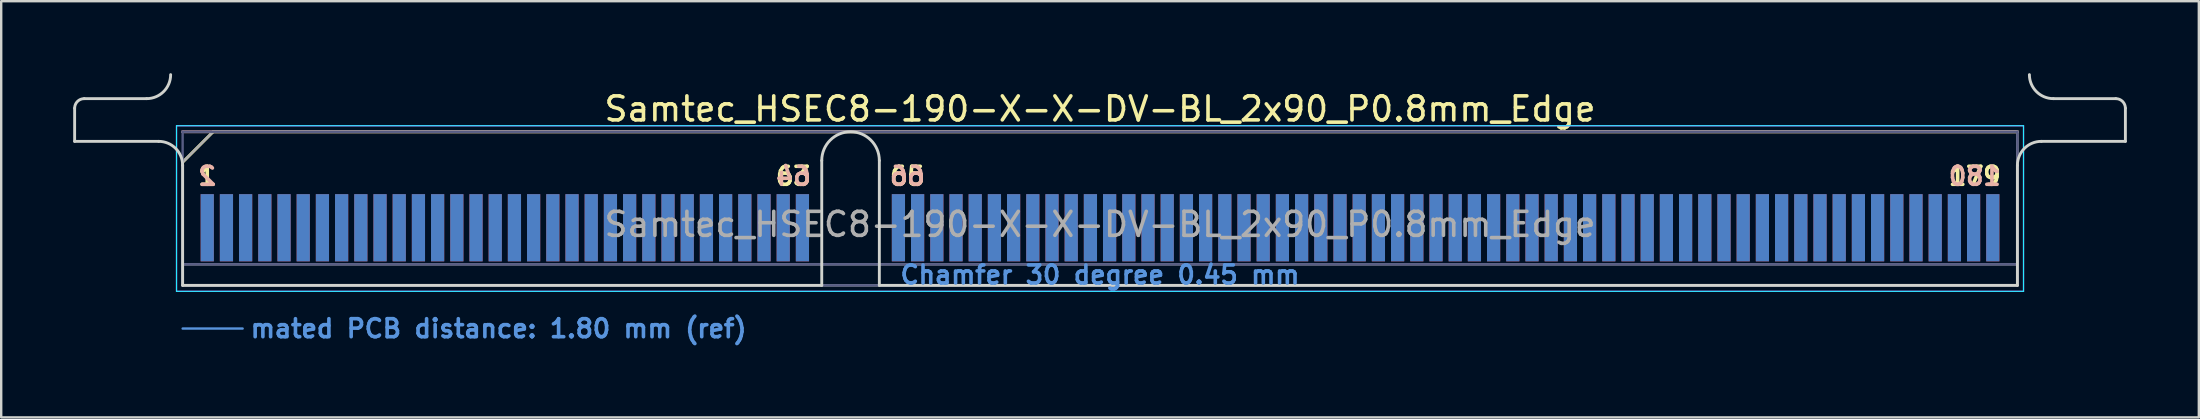
<source format=kicad_pcb>
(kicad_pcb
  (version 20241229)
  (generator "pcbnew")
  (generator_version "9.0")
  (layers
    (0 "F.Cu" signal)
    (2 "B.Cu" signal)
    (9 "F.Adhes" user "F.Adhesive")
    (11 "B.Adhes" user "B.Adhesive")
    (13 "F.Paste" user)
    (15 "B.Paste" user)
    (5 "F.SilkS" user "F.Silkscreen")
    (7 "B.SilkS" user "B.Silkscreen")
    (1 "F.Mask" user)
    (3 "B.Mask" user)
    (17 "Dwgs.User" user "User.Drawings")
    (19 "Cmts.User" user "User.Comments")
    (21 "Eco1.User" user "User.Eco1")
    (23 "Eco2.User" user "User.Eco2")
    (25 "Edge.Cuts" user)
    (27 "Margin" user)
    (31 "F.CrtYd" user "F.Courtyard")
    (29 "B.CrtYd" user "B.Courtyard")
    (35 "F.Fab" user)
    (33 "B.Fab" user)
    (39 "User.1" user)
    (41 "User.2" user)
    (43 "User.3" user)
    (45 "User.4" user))
  (footprint "Samtec_HSEC8-190-X-X-DV-BL_2x90_P0.8mm_Edge"
    (layer "F.Cu")
    (at 42.785 8.84)
    (property "Reference" "Samtec_HSEC8-190-X-X-DV-BL_2x90_P0.8mm_Edge" (at 0 -7.35 0) (layer "F.SilkS") (effects (font (size 1 1) (thickness 0.15))))
    (attr exclude_from_pos_files exclude_from_bom)
    (fp_line (start -38.225 -5.13) (end -36.955 -6.4) (stroke (width 0.12) (type solid)) (layer "F.SilkS"))
    (fp_line (start -36.955 -6.4) (end 38.225 -6.4) (stroke (width 0.12) (type solid)) (layer "F.SilkS"))
    (fp_line (start -38.225 -6.4) (end -38.225 -6.4) (stroke (width 0.12) (type solid)) (layer "B.SilkS"))
    (fp_line (start -38.225 -6.4) (end 38.225 -6.4) (stroke (width 0.12) (type solid)) (layer "B.SilkS"))
    (fp_line (start -38.225 1.8) (end -35.725 1.8) (stroke (width 0.1) (type solid)) (layer "Cmts.User"))
    (fp_line (start -42.725 -6) (end -42.725 -7.38) (stroke (width 0.12) (type solid)) (layer "Edge.Cuts"))
    (fp_line (start -42.325 -7.78) (end -39.725 -7.78) (stroke (width 0.12) (type solid)) (layer "Edge.Cuts"))
    (fp_line (start -39.225 -6) (end -42.725 -6) (stroke (width 0.12) (type solid)) (layer "Edge.Cuts"))
    (fp_line (start -38.225 -5) (end -38.225 0) (stroke (width 0.12) (type solid)) (layer "Edge.Cuts"))
    (fp_line (start -38.225 0) (end -11.595 0) (stroke (width 0.12) (type solid)) (layer "Edge.Cuts"))
    (fp_line (start -11.595 0) (end -11.595 -5.2) (stroke (width 0.12) (type solid)) (layer "Edge.Cuts"))
    (fp_line (start -9.195 -5.2) (end -9.195 0) (stroke (width 0.12) (type solid)) (layer "Edge.Cuts"))
    (fp_line (start -9.195 0) (end 38.225 0) (stroke (width 0.12) (type solid)) (layer "Edge.Cuts"))
    (fp_line (start 38.225 0) (end 38.225 -5) (stroke (width 0.12) (type solid)) (layer "Edge.Cuts"))
    (fp_line (start 39.225 -6) (end 42.725 -6) (stroke (width 0.12) (type solid)) (layer "Edge.Cuts"))
    (fp_line (start 42.325 -7.78) (end 39.725 -7.78) (stroke (width 0.12) (type solid)) (layer "Edge.Cuts"))
    (fp_line (start 42.725 -6) (end 42.725 -7.38) (stroke (width 0.12) (type solid)) (layer "Edge.Cuts"))
    (fp_arc (start -42.725 -7.38) (mid -42.607843 -7.662843) (end -42.325 -7.78) (stroke (width 0.12) (type solid)) (layer "Edge.Cuts"))
    (fp_arc (start -39.225 -6) (mid -38.517893 -5.707107) (end -38.225 -5) (stroke (width 0.12) (type solid)) (layer "Edge.Cuts"))
    (fp_arc (start -38.725 -8.78) (mid -39.017893 -8.072893) (end -39.725 -7.78) (stroke (width 0.12) (type solid)) (layer "Edge.Cuts"))
    (fp_arc (start -11.595 -5.2) (mid -10.395 -6.4) (end -9.195 -5.2) (stroke (width 0.12) (type solid)) (layer "Edge.Cuts"))
    (fp_arc (start 38.225 -5) (mid 38.517893 -5.707107) (end 39.225 -6) (stroke (width 0.12) (type solid)) (layer "Edge.Cuts"))
    (fp_arc (start 39.725 -7.78) (mid 39.017893 -8.072893) (end 38.725 -8.78) (stroke (width 0.12) (type solid)) (layer "Edge.Cuts"))
    (fp_arc (start 42.325 -7.78) (mid 42.607843 -7.662843) (end 42.725 -7.38) (stroke (width 0.12) (type solid)) (layer "Edge.Cuts"))
    (fp_line (start -38.48 -6.65) (end -38.48 0.25) (stroke (width 0.05) (type solid)) (layer "B.CrtYd"))
    (fp_line (start -38.48 0.25) (end 38.48 0.25) (stroke (width 0.05) (type solid)) (layer "B.CrtYd"))
    (fp_line (start 38.48 -6.65) (end -38.48 -6.65) (stroke (width 0.05) (type solid)) (layer "B.CrtYd"))
    (fp_line (start 38.48 0.25) (end 38.48 -6.65) (stroke (width 0.05) (type solid)) (layer "B.CrtYd"))
    (fp_line (start -38.48 -6.65) (end -38.48 0.25) (stroke (width 0.05) (type solid)) (layer "F.CrtYd"))
    (fp_line (start -38.48 0.25) (end 38.48 0.25) (stroke (width 0.05) (type solid)) (layer "F.CrtYd"))
    (fp_line (start 38.48 -6.65) (end -38.48 -6.65) (stroke (width 0.05) (type solid)) (layer "F.CrtYd"))
    (fp_line (start 38.48 0.25) (end 38.48 -6.65) (stroke (width 0.05) (type solid)) (layer "F.CrtYd"))
    (fp_line (start -38.225 -6.4) (end -38.225 -6.4) (stroke (width 0.1) (type solid)) (layer "B.Fab"))
    (fp_line (start -38.225 -6.4) (end -38.225 0) (stroke (width 0.1) (type solid)) (layer "B.Fab"))
    (fp_line (start -38.225 -6.4) (end 38.225 -6.4) (stroke (width 0.1) (type solid)) (layer "B.Fab"))
    (fp_line (start -38.225 -0.88) (end 38.225 -0.88) (stroke (width 0.1) (type solid)) (layer "B.Fab"))
    (fp_line (start -38.225 0) (end 38.225 0) (stroke (width 0.1) (type solid)) (layer "B.Fab"))
    (fp_line (start 38.225 -6.4) (end 38.225 0) (stroke (width 0.1) (type solid)) (layer "B.Fab"))
    (fp_line (start -38.225 -5.13) (end -38.225 0) (stroke (width 0.1) (type solid)) (layer "F.Fab"))
    (fp_line (start -38.225 -5.13) (end -36.955 -6.4) (stroke (width 0.1) (type solid)) (layer "F.Fab"))
    (fp_line (start -38.225 -0.88) (end 38.225 -0.88) (stroke (width 0.1) (type solid)) (layer "F.Fab"))
    (fp_line (start -38.225 0) (end 38.225 0) (stroke (width 0.1) (type solid)) (layer "F.Fab"))
    (fp_line (start -36.955 -6.4) (end 38.225 -6.4) (stroke (width 0.1) (type solid)) (layer "F.Fab"))
    (fp_line (start 38.225 -6.4) (end 38.225 0) (stroke (width 0.1) (type solid)) (layer "F.Fab"))
    (fp_text user "179" (at 36.45 -4.55 0) (layer "F.SilkS") (effects (font (size 0.75 0.75) (thickness 0.15))))
    (fp_text user "1" (at -37.2 -4.55 0) (layer "F.SilkS") (effects (font (size 0.75 0.75) (thickness 0.15))))
    (fp_text user "65" (at -8.025 -4.55 0) (layer "F.SilkS") (effects (font (size 0.75 0.75) (thickness 0.15))))
    (fp_text user "63" (at -12.775 -4.55 0) (layer "F.SilkS") (effects (font (size 0.75 0.75) (thickness 0.15))))
    (fp_text user "64" (at -12.775 -4.55 0) (layer "B.SilkS") (effects (font (size 0.75 0.75) (thickness 0.15)) (justify mirror)))
    (fp_text user "66" (at -8.025 -4.55 0) (layer "B.SilkS") (effects (font (size 0.75 0.75) (thickness 0.15)) (justify mirror)))
    (fp_text user "180" (at 36.45 -4.55 0) (layer "B.SilkS") (effects (font (size 0.75 0.75) (thickness 0.15)) (justify mirror)))
    (fp_text user "2" (at -37.2 -4.55 0) (layer "B.SilkS") (effects (font (size 0.75 0.75) (thickness 0.15)) (justify mirror)))
    (fp_text user "Chamfer 30 degree 0.45 mm" (at 0 -0.44 0) (layer "Cmts.User") (effects (font (size 0.75 0.75) (thickness 0.15))))
    (fp_text user "mated PCB distance: 1.80 mm (ref)" (at -35.48 1.8 0) (layer "Cmts.User") (effects (font (size 0.75 0.75) (thickness 0.15)) (justify left)))
    (fp_text user "${REFERENCE}" (at 0 -2.54 0) (layer "F.Fab") (effects (font (size 1 1) (thickness 0.15))))
    (pad "1" connect rect (at -37.2 -2.4) (size 0.55 2.8) (layers "F.Cu" "F.Mask"))
    (pad "2" connect rect (at -37.2 -2.4) (size 0.55 2.8) (layers "B.Cu" "B.Mask"))
    (pad "3" connect rect (at -36.4 -2.4) (size 0.55 2.8) (layers "F.Cu" "F.Mask"))
    (pad "4" connect rect (at -36.4 -2.4) (size 0.55 2.8) (layers "B.Cu" "B.Mask"))
    (pad "5" connect rect (at -35.6 -2.4) (size 0.55 2.8) (layers "F.Cu" "F.Mask"))
    (pad "6" connect rect (at -35.6 -2.4) (size 0.55 2.8) (layers "B.Cu" "B.Mask"))
    (pad "7" connect rect (at -34.8 -2.4) (size 0.55 2.8) (layers "F.Cu" "F.Mask"))
    (pad "8" connect rect (at -34.8 -2.4) (size 0.55 2.8) (layers "B.Cu" "B.Mask"))
    (pad "9" connect rect (at -34 -2.4) (size 0.55 2.8) (layers "F.Cu" "F.Mask"))
    (pad "10" connect rect (at -34 -2.4) (size 0.55 2.8) (layers "B.Cu" "B.Mask"))
    (pad "11" connect rect (at -33.2 -2.4) (size 0.55 2.8) (layers "F.Cu" "F.Mask"))
    (pad "12" connect rect (at -33.2 -2.4) (size 0.55 2.8) (layers "B.Cu" "B.Mask"))
    (pad "13" connect rect (at -32.4 -2.4) (size 0.55 2.8) (layers "F.Cu" "F.Mask"))
    (pad "14" connect rect (at -32.4 -2.4) (size 0.55 2.8) (layers "B.Cu" "B.Mask"))
    (pad "15" connect rect (at -31.6 -2.4) (size 0.55 2.8) (layers "F.Cu" "F.Mask"))
    (pad "16" connect rect (at -31.6 -2.4) (size 0.55 2.8) (layers "B.Cu" "B.Mask"))
    (pad "17" connect rect (at -30.8 -2.4) (size 0.55 2.8) (layers "F.Cu" "F.Mask"))
    (pad "18" connect rect (at -30.8 -2.4) (size 0.55 2.8) (layers "B.Cu" "B.Mask"))
    (pad "19" connect rect (at -30 -2.4) (size 0.55 2.8) (layers "F.Cu" "F.Mask"))
    (pad "20" connect rect (at -30 -2.4) (size 0.55 2.8) (layers "B.Cu" "B.Mask"))
    (pad "21" connect rect (at -29.2 -2.4) (size 0.55 2.8) (layers "F.Cu" "F.Mask"))
    (pad "22" connect rect (at -29.2 -2.4) (size 0.55 2.8) (layers "B.Cu" "B.Mask"))
    (pad "23" connect rect (at -28.4 -2.4) (size 0.55 2.8) (layers "F.Cu" "F.Mask"))
    (pad "24" connect rect (at -28.4 -2.4) (size 0.55 2.8) (layers "B.Cu" "B.Mask"))
    (pad "25" connect rect (at -27.6 -2.4) (size 0.55 2.8) (layers "F.Cu" "F.Mask"))
    (pad "26" connect rect (at -27.6 -2.4) (size 0.55 2.8) (layers "B.Cu" "B.Mask"))
    (pad "27" connect rect (at -26.8 -2.4) (size 0.55 2.8) (layers "F.Cu" "F.Mask"))
    (pad "28" connect rect (at -26.8 -2.4) (size 0.55 2.8) (layers "B.Cu" "B.Mask"))
    (pad "29" connect rect (at -26 -2.4) (size 0.55 2.8) (layers "F.Cu" "F.Mask"))
    (pad "30" connect rect (at -26 -2.4) (size 0.55 2.8) (layers "B.Cu" "B.Mask"))
    (pad "31" connect rect (at -25.2 -2.4) (size 0.55 2.8) (layers "F.Cu" "F.Mask"))
    (pad "32" connect rect (at -25.2 -2.4) (size 0.55 2.8) (layers "B.Cu" "B.Mask"))
    (pad "33" connect rect (at -24.4 -2.4) (size 0.55 2.8) (layers "F.Cu" "F.Mask"))
    (pad "34" connect rect (at -24.4 -2.4) (size 0.55 2.8) (layers "B.Cu" "B.Mask"))
    (pad "35" connect rect (at -23.6 -2.4) (size 0.55 2.8) (layers "F.Cu" "F.Mask"))
    (pad "36" connect rect (at -23.6 -2.4) (size 0.55 2.8) (layers "B.Cu" "B.Mask"))
    (pad "37" connect rect (at -22.8 -2.4) (size 0.55 2.8) (layers "F.Cu" "F.Mask"))
    (pad "38" connect rect (at -22.8 -2.4) (size 0.55 2.8) (layers "B.Cu" "B.Mask"))
    (pad "39" connect rect (at -22 -2.4) (size 0.55 2.8) (layers "F.Cu" "F.Mask"))
    (pad "40" connect rect (at -22 -2.4) (size 0.55 2.8) (layers "B.Cu" "B.Mask"))
    (pad "41" connect rect (at -21.2 -2.4) (size 0.55 2.8) (layers "F.Cu" "F.Mask"))
    (pad "42" connect rect (at -21.2 -2.4) (size 0.55 2.8) (layers "B.Cu" "B.Mask"))
    (pad "43" connect rect (at -20.4 -2.4) (size 0.55 2.8) (layers "F.Cu" "F.Mask"))
    (pad "44" connect rect (at -20.4 -2.4) (size 0.55 2.8) (layers "B.Cu" "B.Mask"))
    (pad "45" connect rect (at -19.6 -2.4) (size 0.55 2.8) (layers "F.Cu" "F.Mask"))
    (pad "46" connect rect (at -19.6 -2.4) (size 0.55 2.8) (layers "B.Cu" "B.Mask"))
    (pad "47" connect rect (at -18.8 -2.4) (size 0.55 2.8) (layers "F.Cu" "F.Mask"))
    (pad "48" connect rect (at -18.8 -2.4) (size 0.55 2.8) (layers "B.Cu" "B.Mask"))
    (pad "49" connect rect (at -18 -2.4) (size 0.55 2.8) (layers "F.Cu" "F.Mask"))
    (pad "50" connect rect (at -18 -2.4) (size 0.55 2.8) (layers "B.Cu" "B.Mask"))
    (pad "51" connect rect (at -17.2 -2.4) (size 0.55 2.8) (layers "F.Cu" "F.Mask"))
    (pad "52" connect rect (at -17.2 -2.4) (size 0.55 2.8) (layers "B.Cu" "B.Mask"))
    (pad "53" connect rect (at -16.4 -2.4) (size 0.55 2.8) (layers "F.Cu" "F.Mask"))
    (pad "54" connect rect (at -16.4 -2.4) (size 0.55 2.8) (layers "B.Cu" "B.Mask"))
    (pad "55" connect rect (at -15.6 -2.4) (size 0.55 2.8) (layers "F.Cu" "F.Mask"))
    (pad "56" connect rect (at -15.6 -2.4) (size 0.55 2.8) (layers "B.Cu" "B.Mask"))
    (pad "57" connect rect (at -14.8 -2.4) (size 0.55 2.8) (layers "F.Cu" "F.Mask"))
    (pad "58" connect rect (at -14.8 -2.4) (size 0.55 2.8) (layers "B.Cu" "B.Mask"))
    (pad "59" connect rect (at -14 -2.4) (size 0.55 2.8) (layers "F.Cu" "F.Mask"))
    (pad "60" connect rect (at -14 -2.4) (size 0.55 2.8) (layers "B.Cu" "B.Mask"))
    (pad "61" connect rect (at -13.2 -2.4) (size 0.55 2.8) (layers "F.Cu" "F.Mask"))
    (pad "62" connect rect (at -13.2 -2.4) (size 0.55 2.8) (layers "B.Cu" "B.Mask"))
    (pad "63" connect rect (at -12.4 -2.4) (size 0.55 2.8) (layers "F.Cu" "F.Mask"))
    (pad "64" connect rect (at -12.4 -2.4) (size 0.55 2.8) (layers "B.Cu" "B.Mask"))
    (pad "65" connect rect (at -8.4 -2.4) (size 0.55 2.8) (layers "F.Cu" "F.Mask"))
    (pad "66" connect rect (at -8.4 -2.4) (size 0.55 2.8) (layers "B.Cu" "B.Mask"))
    (pad "67" connect rect (at -7.6 -2.4) (size 0.55 2.8) (layers "F.Cu" "F.Mask"))
    (pad "68" connect rect (at -7.6 -2.4) (size 0.55 2.8) (layers "B.Cu" "B.Mask"))
    (pad "69" connect rect (at -6.8 -2.4) (size 0.55 2.8) (layers "F.Cu" "F.Mask"))
    (pad "70" connect rect (at -6.8 -2.4) (size 0.55 2.8) (layers "B.Cu" "B.Mask"))
    (pad "71" connect rect (at -6 -2.4) (size 0.55 2.8) (layers "F.Cu" "F.Mask"))
    (pad "72" connect rect (at -6 -2.4) (size 0.55 2.8) (layers "B.Cu" "B.Mask"))
    (pad "73" connect rect (at -5.2 -2.4) (size 0.55 2.8) (layers "F.Cu" "F.Mask"))
    (pad "74" connect rect (at -5.2 -2.4) (size 0.55 2.8) (layers "B.Cu" "B.Mask"))
    (pad "75" connect rect (at -4.4 -2.4) (size 0.55 2.8) (layers "F.Cu" "F.Mask"))
    (pad "76" connect rect (at -4.4 -2.4) (size 0.55 2.8) (layers "B.Cu" "B.Mask"))
    (pad "77" connect rect (at -3.6 -2.4) (size 0.55 2.8) (layers "F.Cu" "F.Mask"))
    (pad "78" connect rect (at -3.6 -2.4) (size 0.55 2.8) (layers "B.Cu" "B.Mask"))
    (pad "79" connect rect (at -2.8 -2.4) (size 0.55 2.8) (layers "F.Cu" "F.Mask"))
    (pad "80" connect rect (at -2.8 -2.4) (size 0.55 2.8) (layers "B.Cu" "B.Mask"))
    (pad "81" connect rect (at -2 -2.4) (size 0.55 2.8) (layers "F.Cu" "F.Mask"))
    (pad "82" connect rect (at -2 -2.4) (size 0.55 2.8) (layers "B.Cu" "B.Mask"))
    (pad "83" connect rect (at -1.2 -2.4) (size 0.55 2.8) (layers "F.Cu" "F.Mask"))
    (pad "84" connect rect (at -1.2 -2.4) (size 0.55 2.8) (layers "B.Cu" "B.Mask"))
    (pad "85" connect rect (at -0.4 -2.4) (size 0.55 2.8) (layers "F.Cu" "F.Mask"))
    (pad "86" connect rect (at -0.4 -2.4) (size 0.55 2.8) (layers "B.Cu" "B.Mask"))
    (pad "87" connect rect (at 0.4 -2.4) (size 0.55 2.8) (layers "F.Cu" "F.Mask"))
    (pad "88" connect rect (at 0.4 -2.4) (size 0.55 2.8) (layers "B.Cu" "B.Mask"))
    (pad "89" connect rect (at 1.2 -2.4) (size 0.55 2.8) (layers "F.Cu" "F.Mask"))
    (pad "90" connect rect (at 1.2 -2.4) (size 0.55 2.8) (layers "B.Cu" "B.Mask"))
    (pad "91" connect rect (at 2 -2.4) (size 0.55 2.8) (layers "F.Cu" "F.Mask"))
    (pad "92" connect rect (at 2 -2.4) (size 0.55 2.8) (layers "B.Cu" "B.Mask"))
    (pad "93" connect rect (at 2.8 -2.4) (size 0.55 2.8) (layers "F.Cu" "F.Mask"))
    (pad "94" connect rect (at 2.8 -2.4) (size 0.55 2.8) (layers "B.Cu" "B.Mask"))
    (pad "95" connect rect (at 3.6 -2.4) (size 0.55 2.8) (layers "F.Cu" "F.Mask"))
    (pad "96" connect rect (at 3.6 -2.4) (size 0.55 2.8) (layers "B.Cu" "B.Mask"))
    (pad "97" connect rect (at 4.4 -2.4) (size 0.55 2.8) (layers "F.Cu" "F.Mask"))
    (pad "98" connect rect (at 4.4 -2.4) (size 0.55 2.8) (layers "B.Cu" "B.Mask"))
    (pad "99" connect rect (at 5.2 -2.4) (size 0.55 2.8) (layers "F.Cu" "F.Mask"))
    (pad "100" connect rect (at 5.2 -2.4) (size 0.55 2.8) (layers "B.Cu" "B.Mask"))
    (pad "101" connect rect (at 6 -2.4) (size 0.55 2.8) (layers "F.Cu" "F.Mask"))
    (pad "102" connect rect (at 6 -2.4) (size 0.55 2.8) (layers "B.Cu" "B.Mask"))
    (pad "103" connect rect (at 6.8 -2.4) (size 0.55 2.8) (layers "F.Cu" "F.Mask"))
    (pad "104" connect rect (at 6.8 -2.4) (size 0.55 2.8) (layers "B.Cu" "B.Mask"))
    (pad "105" connect rect (at 7.6 -2.4) (size 0.55 2.8) (layers "F.Cu" "F.Mask"))
    (pad "106" connect rect (at 7.6 -2.4) (size 0.55 2.8) (layers "B.Cu" "B.Mask"))
    (pad "107" connect rect (at 8.4 -2.4) (size 0.55 2.8) (layers "F.Cu" "F.Mask"))
    (pad "108" connect rect (at 8.4 -2.4) (size 0.55 2.8) (layers "B.Cu" "B.Mask"))
    (pad "109" connect rect (at 9.2 -2.4) (size 0.55 2.8) (layers "F.Cu" "F.Mask"))
    (pad "110" connect rect (at 9.2 -2.4) (size 0.55 2.8) (layers "B.Cu" "B.Mask"))
    (pad "111" connect rect (at 10 -2.4) (size 0.55 2.8) (layers "F.Cu" "F.Mask"))
    (pad "112" connect rect (at 10 -2.4) (size 0.55 2.8) (layers "B.Cu" "B.Mask"))
    (pad "113" connect rect (at 10.8 -2.4) (size 0.55 2.8) (layers "F.Cu" "F.Mask"))
    (pad "114" connect rect (at 10.8 -2.4) (size 0.55 2.8) (layers "B.Cu" "B.Mask"))
    (pad "115" connect rect (at 11.6 -2.4) (size 0.55 2.8) (layers "F.Cu" "F.Mask"))
    (pad "116" connect rect (at 11.6 -2.4) (size 0.55 2.8) (layers "B.Cu" "B.Mask"))
    (pad "117" connect rect (at 12.4 -2.4) (size 0.55 2.8) (layers "F.Cu" "F.Mask"))
    (pad "118" connect rect (at 12.4 -2.4) (size 0.55 2.8) (layers "B.Cu" "B.Mask"))
    (pad "119" connect rect (at 13.2 -2.4) (size 0.55 2.8) (layers "F.Cu" "F.Mask"))
    (pad "120" connect rect (at 13.2 -2.4) (size 0.55 2.8) (layers "B.Cu" "B.Mask"))
    (pad "121" connect rect (at 14 -2.4) (size 0.55 2.8) (layers "F.Cu" "F.Mask"))
    (pad "122" connect rect (at 14 -2.4) (size 0.55 2.8) (layers "B.Cu" "B.Mask"))
    (pad "123" connect rect (at 14.8 -2.4) (size 0.55 2.8) (layers "F.Cu" "F.Mask"))
    (pad "124" connect rect (at 14.8 -2.4) (size 0.55 2.8) (layers "B.Cu" "B.Mask"))
    (pad "125" connect rect (at 15.6 -2.4) (size 0.55 2.8) (layers "F.Cu" "F.Mask"))
    (pad "126" connect rect (at 15.6 -2.4) (size 0.55 2.8) (layers "B.Cu" "B.Mask"))
    (pad "127" connect rect (at 16.4 -2.4) (size 0.55 2.8) (layers "F.Cu" "F.Mask"))
    (pad "128" connect rect (at 16.4 -2.4) (size 0.55 2.8) (layers "B.Cu" "B.Mask"))
    (pad "129" connect rect (at 17.2 -2.4) (size 0.55 2.8) (layers "F.Cu" "F.Mask"))
    (pad "130" connect rect (at 17.2 -2.4) (size 0.55 2.8) (layers "B.Cu" "B.Mask"))
    (pad "131" connect rect (at 18 -2.4) (size 0.55 2.8) (layers "F.Cu" "F.Mask"))
    (pad "132" connect rect (at 18 -2.4) (size 0.55 2.8) (layers "B.Cu" "B.Mask"))
    (pad "133" connect rect (at 18.8 -2.4) (size 0.55 2.8) (layers "F.Cu" "F.Mask"))
    (pad "134" connect rect (at 18.8 -2.4) (size 0.55 2.8) (layers "B.Cu" "B.Mask"))
    (pad "135" connect rect (at 19.6 -2.4) (size 0.55 2.8) (layers "F.Cu" "F.Mask"))
    (pad "136" connect rect (at 19.6 -2.4) (size 0.55 2.8) (layers "B.Cu" "B.Mask"))
    (pad "137" connect rect (at 20.4 -2.4) (size 0.55 2.8) (layers "F.Cu" "F.Mask"))
    (pad "138" connect rect (at 20.4 -2.4) (size 0.55 2.8) (layers "B.Cu" "B.Mask"))
    (pad "139" connect rect (at 21.2 -2.4) (size 0.55 2.8) (layers "F.Cu" "F.Mask"))
    (pad "140" connect rect (at 21.2 -2.4) (size 0.55 2.8) (layers "B.Cu" "B.Mask"))
    (pad "141" connect rect (at 22 -2.4) (size 0.55 2.8) (layers "F.Cu" "F.Mask"))
    (pad "142" connect rect (at 22 -2.4) (size 0.55 2.8) (layers "B.Cu" "B.Mask"))
    (pad "143" connect rect (at 22.8 -2.4) (size 0.55 2.8) (layers "F.Cu" "F.Mask"))
    (pad "144" connect rect (at 22.8 -2.4) (size 0.55 2.8) (layers "B.Cu" "B.Mask"))
    (pad "145" connect rect (at 23.6 -2.4) (size 0.55 2.8) (layers "F.Cu" "F.Mask"))
    (pad "146" connect rect (at 23.6 -2.4) (size 0.55 2.8) (layers "B.Cu" "B.Mask"))
    (pad "147" connect rect (at 24.4 -2.4) (size 0.55 2.8) (layers "F.Cu" "F.Mask"))
    (pad "148" connect rect (at 24.4 -2.4) (size 0.55 2.8) (layers "B.Cu" "B.Mask"))
    (pad "149" connect rect (at 25.2 -2.4) (size 0.55 2.8) (layers "F.Cu" "F.Mask"))
    (pad "150" connect rect (at 25.2 -2.4) (size 0.55 2.8) (layers "B.Cu" "B.Mask"))
    (pad "151" connect rect (at 26 -2.4) (size 0.55 2.8) (layers "F.Cu" "F.Mask"))
    (pad "152" connect rect (at 26 -2.4) (size 0.55 2.8) (layers "B.Cu" "B.Mask"))
    (pad "153" connect rect (at 26.8 -2.4) (size 0.55 2.8) (layers "F.Cu" "F.Mask"))
    (pad "154" connect rect (at 26.8 -2.4) (size 0.55 2.8) (layers "B.Cu" "B.Mask"))
    (pad "155" connect rect (at 27.6 -2.4) (size 0.55 2.8) (layers "F.Cu" "F.Mask"))
    (pad "156" connect rect (at 27.6 -2.4) (size 0.55 2.8) (layers "B.Cu" "B.Mask"))
    (pad "157" connect rect (at 28.4 -2.4) (size 0.55 2.8) (layers "F.Cu" "F.Mask"))
    (pad "158" connect rect (at 28.4 -2.4) (size 0.55 2.8) (layers "B.Cu" "B.Mask"))
    (pad "159" connect rect (at 29.2 -2.4) (size 0.55 2.8) (layers "F.Cu" "F.Mask"))
    (pad "160" connect rect (at 29.2 -2.4) (size 0.55 2.8) (layers "B.Cu" "B.Mask"))
    (pad "161" connect rect (at 30 -2.4) (size 0.55 2.8) (layers "F.Cu" "F.Mask"))
    (pad "162" connect rect (at 30 -2.4) (size 0.55 2.8) (layers "B.Cu" "B.Mask"))
    (pad "163" connect rect (at 30.8 -2.4) (size 0.55 2.8) (layers "F.Cu" "F.Mask"))
    (pad "164" connect rect (at 30.8 -2.4) (size 0.55 2.8) (layers "B.Cu" "B.Mask"))
    (pad "165" connect rect (at 31.6 -2.4) (size 0.55 2.8) (layers "F.Cu" "F.Mask"))
    (pad "166" connect rect (at 31.6 -2.4) (size 0.55 2.8) (layers "B.Cu" "B.Mask"))
    (pad "167" connect rect (at 32.4 -2.4) (size 0.55 2.8) (layers "F.Cu" "F.Mask"))
    (pad "168" connect rect (at 32.4 -2.4) (size 0.55 2.8) (layers "B.Cu" "B.Mask"))
    (pad "169" connect rect (at 33.2 -2.4) (size 0.55 2.8) (layers "F.Cu" "F.Mask"))
    (pad "170" connect rect (at 33.2 -2.4) (size 0.55 2.8) (layers "B.Cu" "B.Mask"))
    (pad "171" connect rect (at 34 -2.4) (size 0.55 2.8) (layers "F.Cu" "F.Mask"))
    (pad "172" connect rect (at 34 -2.4) (size 0.55 2.8) (layers "B.Cu" "B.Mask"))
    (pad "173" connect rect (at 34.8 -2.4) (size 0.55 2.8) (layers "F.Cu" "F.Mask"))
    (pad "174" connect rect (at 34.8 -2.4) (size 0.55 2.8) (layers "B.Cu" "B.Mask"))
    (pad "175" connect rect (at 35.6 -2.4) (size 0.55 2.8) (layers "F.Cu" "F.Mask"))
    (pad "176" connect rect (at 35.6 -2.4) (size 0.55 2.8) (layers "B.Cu" "B.Mask"))
    (pad "177" connect rect (at 36.4 -2.4) (size 0.55 2.8) (layers "F.Cu" "F.Mask"))
    (pad "178" connect rect (at 36.4 -2.4) (size 0.55 2.8) (layers "B.Cu" "B.Mask"))
    (pad "179" connect rect (at 37.2 -2.4) (size 0.55 2.8) (layers "F.Cu" "F.Mask"))
    (pad "180" connect rect (at 37.2 -2.4) (size 0.55 2.8) (layers "B.Cu" "B.Mask")))
  (gr_rect
    (start -3 -3)
    (end 88.57 14.342)
    (stroke (width 0.1) (type default))
    (fill no)
    (layer "Edge.Cuts")))
</source>
